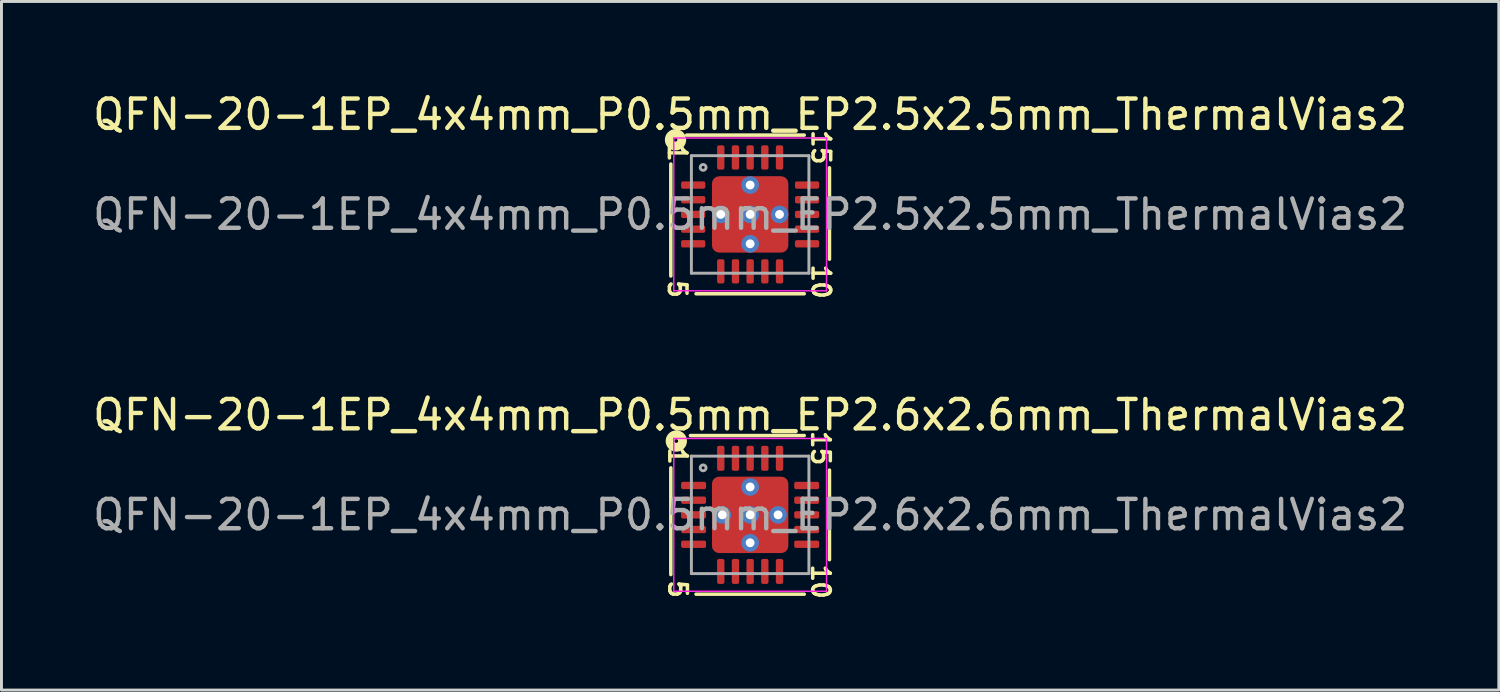
<source format=kicad_pcb>
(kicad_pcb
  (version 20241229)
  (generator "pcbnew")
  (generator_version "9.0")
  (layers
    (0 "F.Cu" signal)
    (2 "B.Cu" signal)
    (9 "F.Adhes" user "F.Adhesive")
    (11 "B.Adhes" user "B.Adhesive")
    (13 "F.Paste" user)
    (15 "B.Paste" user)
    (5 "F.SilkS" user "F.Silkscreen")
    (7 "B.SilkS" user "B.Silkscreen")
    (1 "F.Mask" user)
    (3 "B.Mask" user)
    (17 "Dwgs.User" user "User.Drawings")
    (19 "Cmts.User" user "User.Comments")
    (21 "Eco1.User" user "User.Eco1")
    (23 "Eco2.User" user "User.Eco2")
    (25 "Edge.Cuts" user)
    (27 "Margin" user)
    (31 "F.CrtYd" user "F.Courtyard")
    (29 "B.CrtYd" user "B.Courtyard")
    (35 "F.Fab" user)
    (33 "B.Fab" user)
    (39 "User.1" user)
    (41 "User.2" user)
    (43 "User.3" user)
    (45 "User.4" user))
  (footprint "QFN-20-1EP_4x4mm_P0.5mm_EP2.5x2.5mm_ThermalVias2"
    (layer "F.Cu")
    (at 22.482 4.248)
    (property "Reference" "QFN-20-1EP_4x4mm_P0.5mm_EP2.5x2.5mm_ThermalVias2" (at 0 -3.4 0) (layer "F.SilkS") (effects (font (size 1 1) (thickness 0.15))))
    (attr smd)
    (fp_line (start -2.7 -1.714) (end -2.7 2.095) (stroke (width 0.12) (type solid)) (layer "F.SilkS"))
    (fp_line (start -1.841 2.7) (end 1.841 2.7) (stroke (width 0.12) (type solid)) (layer "F.SilkS"))
    (fp_line (start 1.841 -2.7) (end -2.159 -2.7) (stroke (width 0.12) (type solid)) (layer "F.SilkS"))
    (fp_line (start 2.7 1.524) (end 2.7 -1.587) (stroke (width 0.12) (type solid)) (layer "F.SilkS"))
    (fp_circle (center -2.54 -2.54) (end -2.477 -2.54) (stroke (width 0.3) (type solid)) (fill no) (layer "F.SilkS"))
    (fp_line (start -2.6 -2.6) (end -2.6 2.6) (stroke (width 0.05) (type solid)) (layer "F.CrtYd"))
    (fp_line (start -2.6 2.6) (end 2.6 2.6) (stroke (width 0.05) (type solid)) (layer "F.CrtYd"))
    (fp_line (start 2.6 -2.6) (end -2.6 -2.6) (stroke (width 0.05) (type solid)) (layer "F.CrtYd"))
    (fp_line (start 2.6 2.6) (end 2.6 -2.6) (stroke (width 0.05) (type solid)) (layer "F.CrtYd"))
    (fp_line (start -2 -2) (end 2 -2) (stroke (width 0.1) (type solid)) (layer "F.Fab"))
    (fp_line (start -2 2) (end -2 -2) (stroke (width 0.1) (type solid)) (layer "F.Fab"))
    (fp_line (start 2 -2) (end 2 2) (stroke (width 0.1) (type solid)) (layer "F.Fab"))
    (fp_line (start 2 2) (end -2 2) (stroke (width 0.1) (type solid)) (layer "F.Fab"))
    (fp_circle (center -1.6 -1.6) (end -1.5 -1.6) (stroke (width 0.1) (type solid)) (fill no) (layer "F.Fab"))
    (fp_text user "5" (at -2.477 2.54 270) (unlocked yes) (layer "F.SilkS") (effects (font (size 0.6 0.6) (thickness 0.12))))
    (fp_text user "15" (at 2.413 -2.286 270) (unlocked yes) (layer "F.SilkS") (effects (font (size 0.6 0.6) (thickness 0.12))))
    (fp_text user "1" (at -2.477 -2.095 270) (unlocked yes) (layer "F.SilkS") (effects (font (size 0.6 0.6) (thickness 0.12))))
    (fp_text user "10" (at 2.413 2.286 270) (unlocked yes) (layer "F.SilkS") (effects (font (size 0.6 0.6) (thickness 0.12))))
    (fp_text user "${REFERENCE}" (at 0 0 0) (layer "F.Fab") (effects (font (size 1 1) (thickness 0.15))))
    (pad "" smd roundrect (at -0.75 -0.75) (size 0.7 0.7) (layers "F.Paste") (roundrect_rratio 0.25))
    (pad "" smd roundrect (at -0.75 -0.75) (size 0.9 0.9) (layers "F.Mask") (roundrect_rratio 0.25))
    (pad "" smd roundrect (at -0.75 0.75) (size 0.7 0.7) (layers "F.Paste") (roundrect_rratio 0.25))
    (pad "" smd roundrect (at -0.75 0.75) (size 0.9 0.9) (layers "F.Mask") (roundrect_rratio 0.25))
    (pad "" smd roundrect (at 0.75 -0.75) (size 0.7 0.7) (layers "F.Paste") (roundrect_rratio 0.25))
    (pad "" smd roundrect (at 0.75 -0.75) (size 0.9 0.9) (layers "F.Mask") (roundrect_rratio 0.25))
    (pad "" smd roundrect (at 0.75 0.75) (size 0.7 0.7) (layers "F.Paste") (roundrect_rratio 0.25))
    (pad "" smd roundrect (at 0.75 0.75) (size 0.9 0.9) (layers "F.Mask") (roundrect_rratio 0.25))
    (pad "1" smd roundrect (at -1.938 -1) (size 0.825 0.25) (layers "F.Cu" "F.Mask" "F.Paste") (roundrect_rratio 0.25))
    (pad "2" smd roundrect (at -1.938 -0.5) (size 0.825 0.25) (layers "F.Cu" "F.Mask" "F.Paste") (roundrect_rratio 0.25))
    (pad "3" smd roundrect (at -1.938 0) (size 0.825 0.25) (layers "F.Cu" "F.Mask" "F.Paste") (roundrect_rratio 0.25))
    (pad "4" smd roundrect (at -1.938 0.5) (size 0.825 0.25) (layers "F.Cu" "F.Mask" "F.Paste") (roundrect_rratio 0.25))
    (pad "5" smd roundrect (at -1.938 1) (size 0.825 0.25) (layers "F.Cu" "F.Mask" "F.Paste") (roundrect_rratio 0.25))
    (pad "6" smd roundrect (at -1 1.938) (size 0.25 0.825) (layers "F.Cu" "F.Mask" "F.Paste") (roundrect_rratio 0.25))
    (pad "7" smd roundrect (at -0.5 1.938) (size 0.25 0.825) (layers "F.Cu" "F.Mask" "F.Paste") (roundrect_rratio 0.25))
    (pad "8" smd roundrect (at 0 1.938) (size 0.25 0.825) (layers "F.Cu" "F.Mask" "F.Paste") (roundrect_rratio 0.25))
    (pad "9" smd roundrect (at 0.5 1.938) (size 0.25 0.825) (layers "F.Cu" "F.Mask" "F.Paste") (roundrect_rratio 0.25))
    (pad "10" smd roundrect (at 1 1.938) (size 0.25 0.825) (layers "F.Cu" "F.Mask" "F.Paste") (roundrect_rratio 0.25))
    (pad "11" smd roundrect (at 1.938 1) (size 0.825 0.25) (layers "F.Cu" "F.Mask" "F.Paste") (roundrect_rratio 0.25))
    (pad "12" smd roundrect (at 1.938 0.5) (size 0.825 0.25) (layers "F.Cu" "F.Mask" "F.Paste") (roundrect_rratio 0.25))
    (pad "13" smd roundrect (at 1.938 0) (size 0.825 0.25) (layers "F.Cu" "F.Mask" "F.Paste") (roundrect_rratio 0.25))
    (pad "14" smd roundrect (at 1.938 -0.5) (size 0.825 0.25) (layers "F.Cu" "F.Mask" "F.Paste") (roundrect_rratio 0.25))
    (pad "15" smd roundrect (at 1.938 -1) (size 0.825 0.25) (layers "F.Cu" "F.Mask" "F.Paste") (roundrect_rratio 0.25))
    (pad "16" smd roundrect (at 1 -1.938) (size 0.25 0.825) (layers "F.Cu" "F.Mask" "F.Paste") (roundrect_rratio 0.25))
    (pad "17" smd roundrect (at 0.5 -1.938) (size 0.25 0.825) (layers "F.Cu" "F.Mask" "F.Paste") (roundrect_rratio 0.25))
    (pad "18" smd roundrect (at 0 -1.938) (size 0.25 0.825) (layers "F.Cu" "F.Mask" "F.Paste") (roundrect_rratio 0.25))
    (pad "19" smd roundrect (at -0.5 -1.938) (size 0.25 0.825) (layers "F.Cu" "F.Mask" "F.Paste") (roundrect_rratio 0.25))
    (pad "20" smd roundrect (at -1 -1.938) (size 0.25 0.825) (layers "F.Cu" "F.Mask" "F.Paste") (roundrect_rratio 0.25))
    (pad "21" thru_hole circle (at -1 0) (size 0.6 0.6) (drill 0.3) (property pad_prop_heatsink) (layers "*.Cu" "*.Mask"))
    (pad "21" thru_hole circle (at 0 -1) (size 0.6 0.6) (drill 0.3) (property pad_prop_heatsink) (layers "*.Cu" "*.Mask"))
    (pad "21" thru_hole circle (at 0 0) (size 0.6 0.6) (drill 0.3) (property pad_prop_heatsink) (layers "*.Cu" "*.Mask"))
    (pad "21" smd roundrect (at 0 0) (size 2.6 2.6) (layers "F.Cu") (roundrect_rratio 0.096))
    (pad "21" thru_hole circle (at 0 1) (size 0.6 0.6) (drill 0.3) (property pad_prop_heatsink) (layers "*.Cu" "*.Mask"))
    (pad "21" thru_hole circle (at 1 0) (size 0.6 0.6) (drill 0.3) (property pad_prop_heatsink) (layers "*.Cu" "*.Mask")))
  (footprint "QFN-20-1EP_4x4mm_P0.5mm_EP2.6x2.6mm_ThermalVias2"
    (layer "F.Cu")
    (at 22.482 14.474)
    (property "Reference" "QFN-20-1EP_4x4mm_P0.5mm_EP2.6x2.6mm_ThermalVias2" (at 0 -3.4 0) (layer "F.SilkS") (effects (font (size 1 1) (thickness 0.15))))
    (attr smd)
    (fp_line (start -2.7 -1.6) (end -2.7 2.032) (stroke (width 0.12) (type solid)) (layer "F.SilkS"))
    (fp_line (start -1.841 2.7) (end 1.841 2.7) (stroke (width 0.12) (type solid)) (layer "F.SilkS"))
    (fp_line (start 1.841 -2.7) (end -2.032 -2.7) (stroke (width 0.12) (type solid)) (layer "F.SilkS"))
    (fp_line (start 2.7 1.524) (end 2.7 -1.524) (stroke (width 0.12) (type solid)) (layer "F.SilkS"))
    (fp_circle (center -2.513 -2.513) (end -2.45 -2.513) (stroke (width 0.3) (type solid)) (fill no) (layer "F.SilkS"))
    (fp_line (start -2.6 -2.6) (end -2.6 2.6) (stroke (width 0.05) (type solid)) (layer "F.CrtYd"))
    (fp_line (start -2.6 2.6) (end 2.6 2.6) (stroke (width 0.05) (type solid)) (layer "F.CrtYd"))
    (fp_line (start 2.6 -2.6) (end -2.6 -2.6) (stroke (width 0.05) (type solid)) (layer "F.CrtYd"))
    (fp_line (start 2.6 2.6) (end 2.6 -2.6) (stroke (width 0.05) (type solid)) (layer "F.CrtYd"))
    (fp_line (start -2 -2) (end 2 -2) (stroke (width 0.1) (type solid)) (layer "F.Fab"))
    (fp_line (start -2 2) (end -2 -2) (stroke (width 0.1) (type solid)) (layer "F.Fab"))
    (fp_line (start 2 -2) (end 2 2) (stroke (width 0.1) (type solid)) (layer "F.Fab"))
    (fp_line (start 2 2) (end -2 2) (stroke (width 0.1) (type solid)) (layer "F.Fab"))
    (fp_circle (center -1.6 -1.6) (end -1.5 -1.6) (stroke (width 0.1) (type solid)) (fill no) (layer "F.Fab"))
    (fp_text user "10" (at 2.4 2.272 270) (unlocked yes) (layer "F.SilkS") (effects (font (size 0.6 0.6) (thickness 0.12))))
    (fp_text user "15" (at 2.4 -2.272 270) (unlocked yes) (layer "F.SilkS") (effects (font (size 0.6 0.6) (thickness 0.12))))
    (fp_text user "1" (at -2.463 -2.005 270) (unlocked yes) (layer "F.SilkS") (effects (font (size 0.6 0.6) (thickness 0.12))))
    (fp_text user "5" (at -2.463 2.526 270) (unlocked yes) (layer "F.SilkS") (effects (font (size 0.6 0.6) (thickness 0.12))))
    (fp_text user "${REFERENCE}" (at 0 0 0) (layer "F.Fab") (effects (font (size 1 1) (thickness 0.15))))
    (pad "" smd roundrect (at -0.75 -0.75) (size 0.7 0.7) (layers "F.Paste") (roundrect_rratio 0.25))
    (pad "" smd roundrect (at -0.75 -0.75) (size 0.9 0.9) (layers "F.Mask") (roundrect_rratio 0.25))
    (pad "" smd roundrect (at -0.75 0.75) (size 0.7 0.7) (layers "F.Paste") (roundrect_rratio 0.25))
    (pad "" smd roundrect (at -0.75 0.75) (size 0.9 0.9) (layers "F.Mask") (roundrect_rratio 0.25))
    (pad "" smd roundrect (at 0.75 -0.75) (size 0.7 0.7) (layers "F.Paste") (roundrect_rratio 0.25))
    (pad "" smd roundrect (at 0.75 -0.75) (size 0.9 0.9) (layers "F.Mask") (roundrect_rratio 0.25))
    (pad "" smd roundrect (at 0.75 0.75) (size 0.7 0.7) (layers "F.Paste") (roundrect_rratio 0.25))
    (pad "" smd roundrect (at 0.75 0.75) (size 0.9 0.9) (layers "F.Mask") (roundrect_rratio 0.25))
    (pad "1" smd roundrect (at -1.925 -1) (size 0.85 0.25) (layers "F.Cu" "F.Mask" "F.Paste") (roundrect_rratio 0.25))
    (pad "2" smd roundrect (at -1.925 -0.5) (size 0.85 0.25) (layers "F.Cu" "F.Mask" "F.Paste") (roundrect_rratio 0.25))
    (pad "3" smd roundrect (at -1.925 0) (size 0.85 0.25) (layers "F.Cu" "F.Mask" "F.Paste") (roundrect_rratio 0.25))
    (pad "4" smd roundrect (at -1.925 0.5) (size 0.85 0.25) (layers "F.Cu" "F.Mask" "F.Paste") (roundrect_rratio 0.25))
    (pad "5" smd roundrect (at -1.925 1) (size 0.85 0.25) (layers "F.Cu" "F.Mask" "F.Paste") (roundrect_rratio 0.25))
    (pad "6" smd roundrect (at -1 1.925) (size 0.25 0.85) (layers "F.Cu" "F.Mask" "F.Paste") (roundrect_rratio 0.25))
    (pad "7" smd roundrect (at -0.5 1.925) (size 0.25 0.85) (layers "F.Cu" "F.Mask" "F.Paste") (roundrect_rratio 0.25))
    (pad "8" smd roundrect (at 0 1.925) (size 0.25 0.85) (layers "F.Cu" "F.Mask" "F.Paste") (roundrect_rratio 0.25))
    (pad "9" smd roundrect (at 0.5 1.925) (size 0.25 0.85) (layers "F.Cu" "F.Mask" "F.Paste") (roundrect_rratio 0.25))
    (pad "10" smd roundrect (at 1 1.925) (size 0.25 0.85) (layers "F.Cu" "F.Mask" "F.Paste") (roundrect_rratio 0.25))
    (pad "11" smd roundrect (at 1.925 1) (size 0.85 0.25) (layers "F.Cu" "F.Mask" "F.Paste") (roundrect_rratio 0.25))
    (pad "12" smd roundrect (at 1.925 0.5) (size 0.85 0.25) (layers "F.Cu" "F.Mask" "F.Paste") (roundrect_rratio 0.25))
    (pad "13" smd roundrect (at 1.925 0) (size 0.85 0.25) (layers "F.Cu" "F.Mask" "F.Paste") (roundrect_rratio 0.25))
    (pad "14" smd roundrect (at 1.925 -0.5) (size 0.85 0.25) (layers "F.Cu" "F.Mask" "F.Paste") (roundrect_rratio 0.25))
    (pad "15" smd roundrect (at 1.925 -1) (size 0.85 0.25) (layers "F.Cu" "F.Mask" "F.Paste") (roundrect_rratio 0.25))
    (pad "16" smd roundrect (at 1 -1.925) (size 0.25 0.85) (layers "F.Cu" "F.Mask" "F.Paste") (roundrect_rratio 0.25))
    (pad "17" smd roundrect (at 0.5 -1.925) (size 0.25 0.85) (layers "F.Cu" "F.Mask" "F.Paste") (roundrect_rratio 0.25))
    (pad "18" smd roundrect (at 0 -1.925) (size 0.25 0.85) (layers "F.Cu" "F.Mask" "F.Paste") (roundrect_rratio 0.25))
    (pad "19" smd roundrect (at -0.5 -1.925) (size 0.25 0.85) (layers "F.Cu" "F.Mask" "F.Paste") (roundrect_rratio 0.25))
    (pad "20" smd roundrect (at -1 -1.925) (size 0.25 0.85) (layers "F.Cu" "F.Mask" "F.Paste") (roundrect_rratio 0.25))
    (pad "21" thru_hole circle (at -0.95 0) (size 0.6 0.6) (drill 0.3) (property pad_prop_heatsink) (layers "*.Cu" "*.Mask"))
    (pad "21" thru_hole circle (at 0 -0.95) (size 0.6 0.6) (drill 0.3) (property pad_prop_heatsink) (layers "*.Cu" "*.Mask"))
    (pad "21" thru_hole circle (at 0 0) (size 0.6 0.6) (drill 0.3) (property pad_prop_heatsink) (layers "*.Cu" "*.Mask"))
    (pad "21" smd roundrect (at 0 0) (size 2.6 2.6) (layers "F.Cu") (roundrect_rratio 0.093))
    (pad "21" thru_hole circle (at 0 0.95) (size 0.6 0.6) (drill 0.3) (property pad_prop_heatsink) (layers "*.Cu" "*.Mask"))
    (pad "21" thru_hole circle (at 0.95 0) (size 0.6 0.6) (drill 0.3) (property pad_prop_heatsink) (layers "*.Cu" "*.Mask")))
  (gr_rect
    (start -3 -3)
    (end 47.964 20.438)
    (stroke (width 0.1) (type default))
    (fill no)
    (layer "Edge.Cuts")))
</source>
